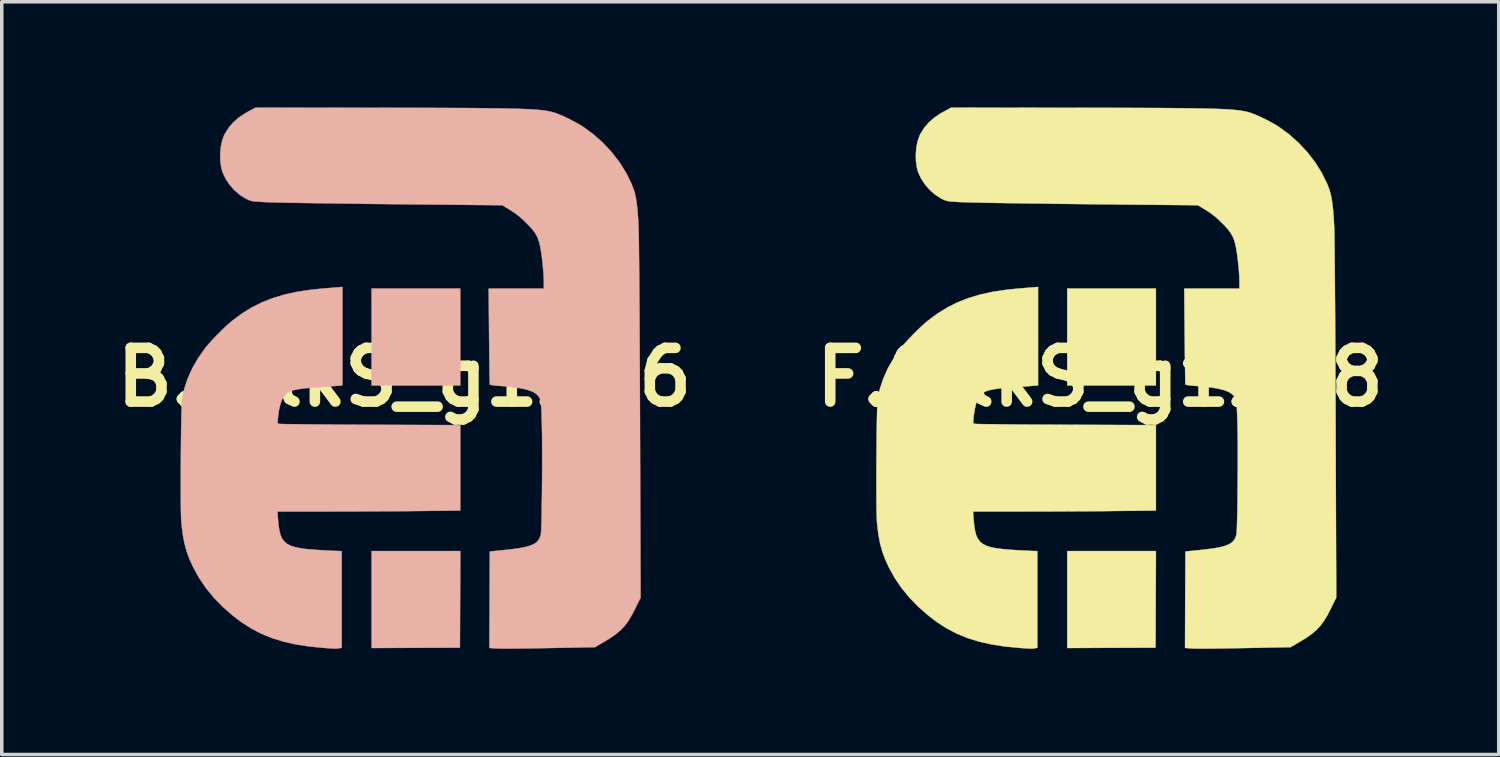
<source format=kicad_pcb>
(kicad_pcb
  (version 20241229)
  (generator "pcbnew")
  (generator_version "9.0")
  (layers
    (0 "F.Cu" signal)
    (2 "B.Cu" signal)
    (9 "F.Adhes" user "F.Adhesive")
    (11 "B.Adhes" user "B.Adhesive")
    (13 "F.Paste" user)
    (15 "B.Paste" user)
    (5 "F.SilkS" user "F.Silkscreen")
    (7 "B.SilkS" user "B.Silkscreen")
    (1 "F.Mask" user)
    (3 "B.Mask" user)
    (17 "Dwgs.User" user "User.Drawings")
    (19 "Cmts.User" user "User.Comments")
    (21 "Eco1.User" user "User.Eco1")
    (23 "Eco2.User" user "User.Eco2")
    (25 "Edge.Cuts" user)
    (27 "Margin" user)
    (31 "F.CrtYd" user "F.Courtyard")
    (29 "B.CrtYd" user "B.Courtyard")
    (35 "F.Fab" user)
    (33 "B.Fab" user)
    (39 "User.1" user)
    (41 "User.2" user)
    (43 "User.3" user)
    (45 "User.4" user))
  (footprint "B.SilkS_g1226"
    (layer "F.Cu")
    (at 8.426 7.657)
    (property "Reference" "B.SilkS_g1226" (at 0 0 0) (layer "F.SilkS") (effects (font (size 1.524 1.524) (thickness 0.3))))
    (attr through_hole)
    (fp_poly (pts (xy 1.587 0.233) (xy -0.931 0.233) (xy -0.931 -2.519) (xy 1.587 -2.519) (xy 1.587 0.233)) (stroke (width 0.01) (type solid)) (fill yes) (layer "B.SilkS"))
    (fp_poly (pts (xy 1.577 7.673) (xy 0.323 7.678) (xy -0.931 7.684) (xy -0.931 4.932) (xy 1.588 4.932) (xy 1.577 7.673)) (stroke (width 0.01) (type solid)) (fill yes) (layer "B.SilkS"))
    (fp_poly (pts (xy -1.757 0.229) (xy -1.889 0.241) (xy -1.95 0.246) (xy -2.045 0.254) (xy -2.165 0.263) (xy -2.301 0.273) (xy -2.446 0.283) (xy -2.487 0.286) (xy -2.703 0.302) (xy -2.882 0.321) (xy -3.027 0.342) (xy -3.144 0.367) (xy -3.237 0.398) (xy -3.31 0.436) (xy -3.37 0.482) (xy -3.419 0.538) (xy -3.439 0.567) (xy -3.482 0.652) (xy -3.521 0.769) (xy -3.554 0.908) (xy -3.578 1.058) (xy -3.586 1.135) (xy -3.601 1.307) (xy -3.531 1.323) (xy -3.501 1.325) (xy -3.431 1.327) (xy -3.325 1.329) (xy -3.184 1.331) (xy -3.012 1.333) (xy -2.811 1.336) (xy -2.584 1.338) (xy -2.333 1.34) (xy -2.061 1.342) (xy -1.771 1.344) (xy -1.466 1.345) (xy -1.148 1.347) (xy -0.937 1.348) (xy 1.587 1.358) (xy 1.587 3.782) (xy 0.365 3.796) (xy 0.105 3.799) (xy -0.189 3.801) (xy -0.506 3.803) (xy -0.838 3.805) (xy -1.175 3.807) (xy -1.508 3.809) (xy -1.828 3.809) (xy -2.125 3.81) (xy -2.229 3.81) (xy -3.602 3.81) (xy -3.588 4.006) (xy -3.572 4.184) (xy -3.55 4.336) (xy -3.519 4.464) (xy -3.474 4.57) (xy -3.413 4.656) (xy -3.333 4.725) (xy -3.229 4.78) (xy -3.099 4.822) (xy -2.94 4.854) (xy -2.748 4.878) (xy -2.519 4.897) (xy -2.307 4.91) (xy -2.178 4.917) (xy -2.059 4.923) (xy -1.958 4.928) (xy -1.884 4.931) (xy -1.847 4.932) (xy -1.778 4.932) (xy -1.778 7.678) (xy -1.857 7.691) (xy -1.922 7.699) (xy -1.974 7.702) (xy -1.979 7.701) (xy -2.016 7.699) (xy -2.085 7.694) (xy -2.177 7.688) (xy -2.275 7.681) (xy -2.693 7.641) (xy -3.076 7.582) (xy -3.429 7.503) (xy -3.755 7.402) (xy -4.061 7.278) (xy -4.348 7.128) (xy -4.622 6.953) (xy -4.856 6.775) (xy -5.15 6.518) (xy -5.406 6.256) (xy -5.629 5.985) (xy -5.823 5.7) (xy -5.989 5.4) (xy -6.094 5.172) (xy -6.178 4.946) (xy -6.242 4.713) (xy -6.289 4.463) (xy -6.323 4.185) (xy -6.331 4.092) (xy -6.335 4.014) (xy -6.339 3.9) (xy -6.342 3.755) (xy -6.344 3.582) (xy -6.345 3.386) (xy -6.346 3.172) (xy -6.346 2.943) (xy -6.346 2.704) (xy -6.345 2.459) (xy -6.343 2.213) (xy -6.341 1.969) (xy -6.339 1.733) (xy -6.336 1.508) (xy -6.333 1.299) (xy -6.329 1.11) (xy -6.325 0.945) (xy -6.32 0.81) (xy -6.316 0.707) (xy -6.311 0.641) (xy -6.31 0.635) (xy -6.25 0.34) (xy -6.152 0.04) (xy -6.017 -0.26) (xy -5.846 -0.555) (xy -5.655 -0.826) (xy -5.566 -0.933) (xy -5.454 -1.058) (xy -5.326 -1.192) (xy -5.193 -1.326) (xy -5.062 -1.451) (xy -4.942 -1.558) (xy -4.879 -1.611) (xy -4.608 -1.811) (xy -4.329 -1.983) (xy -4.037 -2.129) (xy -3.727 -2.25) (xy -3.396 -2.349) (xy -3.037 -2.427) (xy -2.648 -2.485) (xy -2.318 -2.518) (xy -2.198 -2.528) (xy -2.078 -2.537) (xy -1.973 -2.546) (xy -1.9 -2.552) (xy -1.757 -2.564) (xy -1.757 0.229)) (stroke (width 0.01) (type solid)) (fill yes) (layer "B.SilkS"))
    (fp_poly (pts (xy -0.751 -7.648) (xy -0.225 -7.647) (xy 0.261 -7.647) (xy 0.708 -7.646) (xy 1.118 -7.644) (xy 1.493 -7.643) (xy 1.835 -7.641) (xy 2.145 -7.638) (xy 2.426 -7.635) (xy 2.678 -7.632) (xy 2.905 -7.628) (xy 3.107 -7.623) (xy 3.287 -7.618) (xy 3.446 -7.612) (xy 3.587 -7.605) (xy 3.71 -7.597) (xy 3.818 -7.588) (xy 3.913 -7.578) (xy 3.996 -7.567) (xy 4.069 -7.555) (xy 4.134 -7.542) (xy 4.193 -7.528) (xy 4.248 -7.513) (xy 4.3 -7.496) (xy 4.304 -7.494) (xy 4.417 -7.45) (xy 4.553 -7.39) (xy 4.7 -7.318) (xy 4.846 -7.242) (xy 4.979 -7.167) (xy 5.069 -7.112) (xy 5.363 -6.897) (xy 5.637 -6.653) (xy 5.886 -6.386) (xy 6.107 -6.1) (xy 6.295 -5.8) (xy 6.447 -5.491) (xy 6.504 -5.343) (xy 6.54 -5.226) (xy 6.571 -5.088) (xy 6.596 -4.925) (xy 6.617 -4.733) (xy 6.634 -4.507) (xy 6.647 -4.265) (xy 6.65 -4.196) (xy 6.652 -4.087) (xy 6.654 -3.939) (xy 6.657 -3.755) (xy 6.659 -3.535) (xy 6.662 -3.284) (xy 6.664 -3.001) (xy 6.667 -2.689) (xy 6.669 -2.35) (xy 6.672 -1.986) (xy 6.674 -1.598) (xy 6.676 -1.19) (xy 6.679 -0.761) (xy 6.681 -0.316) (xy 6.683 0.146) (xy 6.685 0.621) (xy 6.687 1.108) (xy 6.687 1.237) (xy 6.705 6.253) (xy 6.559 6.55) (xy 6.456 6.75) (xy 6.355 6.917) (xy 6.25 7.058) (xy 6.132 7.182) (xy 5.995 7.296) (xy 5.832 7.409) (xy 5.668 7.508) (xy 5.408 7.66) (xy 4.223 7.682) (xy 3.913 7.688) (xy 3.642 7.693) (xy 3.408 7.696) (xy 3.207 7.699) (xy 3.036 7.7) (xy 2.892 7.7) (xy 2.773 7.7) (xy 2.675 7.698) (xy 2.595 7.695) (xy 2.53 7.691) (xy 2.503 7.689) (xy 2.413 7.681) (xy 2.418 6.313) (xy 2.424 4.944) (xy 2.805 4.906) (xy 3.045 4.88) (xy 3.247 4.852) (xy 3.413 4.821) (xy 3.548 4.785) (xy 3.654 4.743) (xy 3.736 4.694) (xy 3.796 4.635) (xy 3.838 4.566) (xy 3.866 4.484) (xy 3.873 4.454) (xy 3.878 4.407) (xy 3.883 4.323) (xy 3.888 4.205) (xy 3.892 4.057) (xy 3.896 3.884) (xy 3.899 3.689) (xy 3.902 3.478) (xy 3.905 3.253) (xy 3.907 3.019) (xy 3.909 2.781) (xy 3.91 2.543) (xy 3.91 2.309) (xy 3.91 2.083) (xy 3.909 1.869) (xy 3.908 1.671) (xy 3.905 1.494) (xy 3.902 1.342) (xy 3.9 1.248) (xy 3.893 1.064) (xy 3.887 0.917) (xy 3.879 0.802) (xy 3.87 0.713) (xy 3.857 0.645) (xy 3.84 0.594) (xy 3.818 0.554) (xy 3.79 0.519) (xy 3.754 0.484) (xy 3.737 0.469) (xy 3.651 0.415) (xy 3.524 0.366) (xy 3.358 0.324) (xy 3.155 0.289) (xy 2.915 0.26) (xy 2.65 0.24) (xy 2.55 0.231) (xy 2.475 0.221) (xy 2.432 0.209) (xy 2.423 0.203) (xy 2.422 0.178) (xy 2.42 0.115) (xy 2.418 0.017) (xy 2.416 -0.113) (xy 2.414 -0.271) (xy 2.412 -0.453) (xy 2.409 -0.655) (xy 2.407 -0.875) (xy 2.405 -1.107) (xy 2.404 -1.169) (xy 2.392 -2.519) (xy 3.958 -2.519) (xy 3.958 -2.71) (xy 3.954 -2.844) (xy 3.944 -3.006) (xy 3.928 -3.184) (xy 3.908 -3.365) (xy 3.885 -3.535) (xy 3.861 -3.681) (xy 3.854 -3.716) (xy 3.819 -3.858) (xy 3.774 -3.979) (xy 3.713 -4.089) (xy 3.629 -4.201) (xy 3.521 -4.319) (xy 3.391 -4.449) (xy 3.272 -4.555) (xy 3.152 -4.648) (xy 3.018 -4.737) (xy 2.947 -4.781) (xy 2.777 -4.883) (xy 1.256 -4.897) (xy 0.738 -4.902) (xy 0.238 -4.907) (xy -0.244 -4.912) (xy -0.705 -4.917) (xy -1.144 -4.922) (xy -1.558 -4.928) (xy -1.947 -4.933) (xy -2.309 -4.938) (xy -2.641 -4.943) (xy -2.943 -4.948) (xy -3.213 -4.953) (xy -3.448 -4.958) (xy -3.648 -4.962) (xy -3.81 -4.967) (xy -3.933 -4.971) (xy -4.011 -4.974) (xy -4.139 -4.982) (xy -4.233 -4.99) (xy -4.304 -4.998) (xy -4.359 -5.01) (xy -4.408 -5.027) (xy -4.46 -5.051) (xy -4.508 -5.074) (xy -4.672 -5.177) (xy -4.825 -5.31) (xy -4.962 -5.466) (xy -5.075 -5.636) (xy -5.157 -5.813) (xy -5.196 -5.944) (xy -5.223 -6.137) (xy -5.227 -6.336) (xy -5.21 -6.533) (xy -5.172 -6.714) (xy -5.115 -6.871) (xy -5.101 -6.898) (xy -4.99 -7.076) (xy -4.86 -7.231) (xy -4.704 -7.368) (xy -4.514 -7.494) (xy -4.417 -7.548) (xy -4.223 -7.652) (xy -0.751 -7.648)) (stroke (width 0.01) (type solid)) (fill yes) (layer "B.SilkS")))
  (footprint "F.SilkS_g1228"
    (layer "F.Cu")
    (at 28.168 7.657)
    (property "Reference" "F.SilkS_g1228" (at 0 0 0) (layer "F.SilkS") (effects (font (size 1.524 1.524) (thickness 0.3))))
    (attr through_hole)
    (fp_poly (pts (xy 1.587 0.233) (xy -0.931 0.233) (xy -0.931 -2.519) (xy 1.587 -2.519) (xy 1.587 0.233)) (stroke (width 0.01) (type solid)) (fill yes) (layer "F.SilkS"))
    (fp_poly (pts (xy 1.577 7.673) (xy 0.323 7.678) (xy -0.931 7.684) (xy -0.931 4.932) (xy 1.588 4.932) (xy 1.577 7.673)) (stroke (width 0.01) (type solid)) (fill yes) (layer "F.SilkS"))
    (fp_poly (pts (xy -1.757 0.229) (xy -1.889 0.241) (xy -1.95 0.246) (xy -2.045 0.254) (xy -2.165 0.263) (xy -2.301 0.273) (xy -2.446 0.283) (xy -2.487 0.286) (xy -2.703 0.302) (xy -2.882 0.321) (xy -3.027 0.342) (xy -3.144 0.367) (xy -3.237 0.398) (xy -3.31 0.436) (xy -3.37 0.482) (xy -3.419 0.538) (xy -3.439 0.567) (xy -3.482 0.652) (xy -3.521 0.769) (xy -3.554 0.908) (xy -3.578 1.058) (xy -3.586 1.135) (xy -3.601 1.307) (xy -3.531 1.323) (xy -3.501 1.325) (xy -3.431 1.327) (xy -3.325 1.329) (xy -3.184 1.331) (xy -3.012 1.333) (xy -2.811 1.336) (xy -2.584 1.338) (xy -2.333 1.34) (xy -2.061 1.342) (xy -1.771 1.344) (xy -1.466 1.345) (xy -1.148 1.347) (xy -0.937 1.348) (xy 1.587 1.358) (xy 1.587 3.782) (xy 0.365 3.796) (xy 0.105 3.799) (xy -0.189 3.801) (xy -0.506 3.803) (xy -0.838 3.805) (xy -1.175 3.807) (xy -1.508 3.809) (xy -1.828 3.809) (xy -2.125 3.81) (xy -2.229 3.81) (xy -3.602 3.81) (xy -3.588 4.006) (xy -3.572 4.184) (xy -3.55 4.336) (xy -3.519 4.464) (xy -3.474 4.57) (xy -3.413 4.656) (xy -3.333 4.725) (xy -3.229 4.78) (xy -3.099 4.822) (xy -2.94 4.854) (xy -2.748 4.878) (xy -2.519 4.897) (xy -2.307 4.91) (xy -2.178 4.917) (xy -2.059 4.923) (xy -1.958 4.928) (xy -1.884 4.931) (xy -1.847 4.932) (xy -1.778 4.932) (xy -1.778 7.678) (xy -1.857 7.691) (xy -1.922 7.699) (xy -1.974 7.702) (xy -1.979 7.701) (xy -2.016 7.699) (xy -2.085 7.694) (xy -2.177 7.688) (xy -2.275 7.681) (xy -2.693 7.641) (xy -3.076 7.582) (xy -3.429 7.503) (xy -3.755 7.402) (xy -4.061 7.278) (xy -4.348 7.128) (xy -4.622 6.953) (xy -4.856 6.775) (xy -5.15 6.518) (xy -5.406 6.256) (xy -5.629 5.985) (xy -5.823 5.7) (xy -5.989 5.4) (xy -6.094 5.172) (xy -6.178 4.946) (xy -6.242 4.713) (xy -6.289 4.463) (xy -6.323 4.185) (xy -6.331 4.092) (xy -6.335 4.014) (xy -6.339 3.9) (xy -6.342 3.755) (xy -6.344 3.582) (xy -6.345 3.386) (xy -6.346 3.172) (xy -6.346 2.943) (xy -6.346 2.704) (xy -6.345 2.459) (xy -6.343 2.213) (xy -6.341 1.969) (xy -6.339 1.733) (xy -6.336 1.508) (xy -6.333 1.299) (xy -6.329 1.11) (xy -6.325 0.945) (xy -6.32 0.81) (xy -6.316 0.707) (xy -6.311 0.641) (xy -6.31 0.635) (xy -6.25 0.34) (xy -6.152 0.04) (xy -6.017 -0.26) (xy -5.846 -0.555) (xy -5.655 -0.826) (xy -5.566 -0.933) (xy -5.454 -1.058) (xy -5.326 -1.192) (xy -5.193 -1.326) (xy -5.062 -1.451) (xy -4.942 -1.558) (xy -4.879 -1.611) (xy -4.608 -1.811) (xy -4.329 -1.983) (xy -4.037 -2.129) (xy -3.727 -2.25) (xy -3.396 -2.349) (xy -3.037 -2.427) (xy -2.648 -2.485) (xy -2.318 -2.518) (xy -2.198 -2.528) (xy -2.078 -2.537) (xy -1.973 -2.546) (xy -1.9 -2.552) (xy -1.757 -2.564) (xy -1.757 0.229)) (stroke (width 0.01) (type solid)) (fill yes) (layer "F.SilkS"))
    (fp_poly (pts (xy -0.751 -7.648) (xy -0.225 -7.647) (xy 0.261 -7.647) (xy 0.708 -7.646) (xy 1.118 -7.644) (xy 1.493 -7.643) (xy 1.835 -7.641) (xy 2.145 -7.638) (xy 2.426 -7.635) (xy 2.678 -7.632) (xy 2.905 -7.628) (xy 3.107 -7.623) (xy 3.287 -7.618) (xy 3.446 -7.612) (xy 3.587 -7.605) (xy 3.71 -7.597) (xy 3.818 -7.588) (xy 3.913 -7.578) (xy 3.996 -7.567) (xy 4.069 -7.555) (xy 4.134 -7.542) (xy 4.193 -7.528) (xy 4.248 -7.513) (xy 4.3 -7.496) (xy 4.304 -7.494) (xy 4.417 -7.45) (xy 4.553 -7.39) (xy 4.7 -7.318) (xy 4.846 -7.242) (xy 4.979 -7.167) (xy 5.069 -7.112) (xy 5.363 -6.897) (xy 5.637 -6.653) (xy 5.886 -6.386) (xy 6.107 -6.1) (xy 6.295 -5.8) (xy 6.447 -5.491) (xy 6.504 -5.343) (xy 6.54 -5.226) (xy 6.571 -5.088) (xy 6.596 -4.925) (xy 6.617 -4.733) (xy 6.634 -4.507) (xy 6.647 -4.265) (xy 6.65 -4.196) (xy 6.652 -4.087) (xy 6.654 -3.939) (xy 6.657 -3.755) (xy 6.659 -3.535) (xy 6.662 -3.284) (xy 6.664 -3.001) (xy 6.667 -2.689) (xy 6.669 -2.35) (xy 6.672 -1.986) (xy 6.674 -1.598) (xy 6.676 -1.19) (xy 6.679 -0.761) (xy 6.681 -0.316) (xy 6.683 0.146) (xy 6.685 0.621) (xy 6.687 1.108) (xy 6.687 1.237) (xy 6.705 6.253) (xy 6.559 6.55) (xy 6.456 6.75) (xy 6.355 6.917) (xy 6.25 7.058) (xy 6.132 7.182) (xy 5.995 7.296) (xy 5.832 7.409) (xy 5.668 7.508) (xy 5.408 7.66) (xy 4.223 7.682) (xy 3.913 7.688) (xy 3.642 7.693) (xy 3.408 7.696) (xy 3.207 7.699) (xy 3.036 7.7) (xy 2.892 7.7) (xy 2.773 7.7) (xy 2.675 7.698) (xy 2.595 7.695) (xy 2.53 7.691) (xy 2.503 7.689) (xy 2.413 7.681) (xy 2.418 6.313) (xy 2.424 4.944) (xy 2.805 4.906) (xy 3.045 4.88) (xy 3.247 4.852) (xy 3.413 4.821) (xy 3.548 4.785) (xy 3.654 4.743) (xy 3.736 4.694) (xy 3.796 4.635) (xy 3.838 4.566) (xy 3.866 4.484) (xy 3.873 4.454) (xy 3.878 4.407) (xy 3.883 4.323) (xy 3.888 4.205) (xy 3.892 4.057) (xy 3.896 3.884) (xy 3.899 3.689) (xy 3.902 3.478) (xy 3.905 3.253) (xy 3.907 3.019) (xy 3.909 2.781) (xy 3.91 2.543) (xy 3.91 2.309) (xy 3.91 2.083) (xy 3.909 1.869) (xy 3.908 1.671) (xy 3.905 1.494) (xy 3.902 1.342) (xy 3.9 1.248) (xy 3.893 1.064) (xy 3.887 0.917) (xy 3.879 0.802) (xy 3.87 0.713) (xy 3.857 0.645) (xy 3.84 0.594) (xy 3.818 0.554) (xy 3.79 0.519) (xy 3.754 0.484) (xy 3.737 0.469) (xy 3.651 0.415) (xy 3.524 0.366) (xy 3.358 0.324) (xy 3.155 0.289) (xy 2.915 0.26) (xy 2.65 0.24) (xy 2.55 0.231) (xy 2.475 0.221) (xy 2.432 0.209) (xy 2.423 0.203) (xy 2.422 0.178) (xy 2.42 0.115) (xy 2.418 0.017) (xy 2.416 -0.113) (xy 2.414 -0.271) (xy 2.412 -0.453) (xy 2.409 -0.655) (xy 2.407 -0.875) (xy 2.405 -1.107) (xy 2.404 -1.169) (xy 2.392 -2.519) (xy 3.958 -2.519) (xy 3.958 -2.71) (xy 3.954 -2.844) (xy 3.944 -3.006) (xy 3.928 -3.184) (xy 3.908 -3.365) (xy 3.885 -3.535) (xy 3.861 -3.681) (xy 3.854 -3.716) (xy 3.819 -3.858) (xy 3.774 -3.979) (xy 3.713 -4.089) (xy 3.629 -4.201) (xy 3.521 -4.319) (xy 3.391 -4.449) (xy 3.272 -4.555) (xy 3.152 -4.648) (xy 3.018 -4.737) (xy 2.947 -4.781) (xy 2.777 -4.883) (xy 1.256 -4.897) (xy 0.738 -4.902) (xy 0.238 -4.907) (xy -0.244 -4.912) (xy -0.705 -4.917) (xy -1.144 -4.922) (xy -1.558 -4.928) (xy -1.947 -4.933) (xy -2.309 -4.938) (xy -2.641 -4.943) (xy -2.943 -4.948) (xy -3.213 -4.953) (xy -3.448 -4.958) (xy -3.648 -4.962) (xy -3.81 -4.967) (xy -3.933 -4.971) (xy -4.011 -4.974) (xy -4.139 -4.982) (xy -4.233 -4.99) (xy -4.304 -4.998) (xy -4.359 -5.01) (xy -4.408 -5.027) (xy -4.46 -5.051) (xy -4.508 -5.074) (xy -4.672 -5.177) (xy -4.825 -5.31) (xy -4.962 -5.466) (xy -5.075 -5.636) (xy -5.157 -5.813) (xy -5.196 -5.944) (xy -5.223 -6.137) (xy -5.227 -6.336) (xy -5.21 -6.533) (xy -5.172 -6.714) (xy -5.115 -6.871) (xy -5.101 -6.898) (xy -4.99 -7.076) (xy -4.86 -7.231) (xy -4.704 -7.368) (xy -4.514 -7.494) (xy -4.417 -7.548) (xy -4.223 -7.652) (xy -0.751 -7.648)) (stroke (width 0.01) (type solid)) (fill yes) (layer "F.SilkS")))
  (gr_rect
    (start -3 -3)
    (end 39.485 18.363)
    (stroke (width 0.1) (type default))
    (fill no)
    (layer "Edge.Cuts")))
</source>
